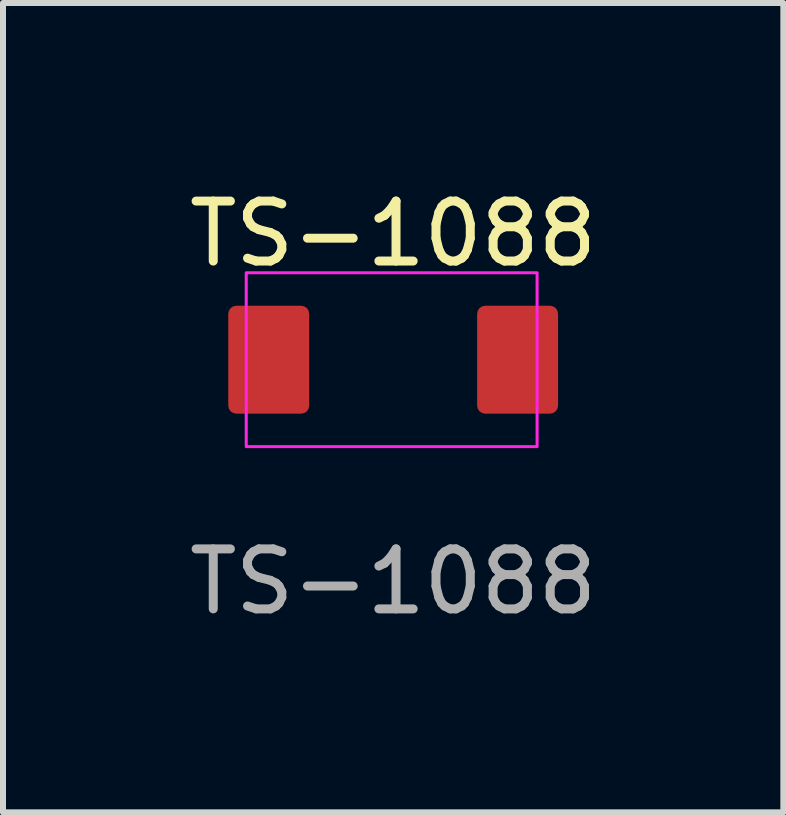
<source format=kicad_pcb>
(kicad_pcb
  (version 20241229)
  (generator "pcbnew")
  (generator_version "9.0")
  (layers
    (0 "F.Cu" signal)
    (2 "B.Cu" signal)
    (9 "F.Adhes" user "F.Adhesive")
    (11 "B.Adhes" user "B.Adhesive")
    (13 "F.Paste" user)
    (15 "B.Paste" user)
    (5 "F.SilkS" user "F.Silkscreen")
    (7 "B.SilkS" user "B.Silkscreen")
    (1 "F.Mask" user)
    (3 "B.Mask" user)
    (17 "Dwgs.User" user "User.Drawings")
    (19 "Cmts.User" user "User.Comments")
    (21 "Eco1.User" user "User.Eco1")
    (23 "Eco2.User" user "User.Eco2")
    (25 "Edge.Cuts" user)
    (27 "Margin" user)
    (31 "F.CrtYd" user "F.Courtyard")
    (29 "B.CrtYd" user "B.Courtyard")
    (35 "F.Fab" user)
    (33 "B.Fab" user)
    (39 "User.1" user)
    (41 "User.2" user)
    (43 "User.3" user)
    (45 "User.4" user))
  (footprint "TS-1088"
    (layer "F.Cu")
    (at 3.506 2.948)
    (property "Reference" "TS-1088" (at 0 -2.1 0) (unlocked yes) (layer "F.SilkS") (effects (font (size 1 1) (thickness 0.15))))
    (attr smd)
    (fp_rect (start -2.45 -1.45) (end 2.4 1.45) (stroke (width 0.05) (type default)) (fill no) (layer "F.CrtYd"))
    (fp_text user "${REFERENCE}" (at 0 3.7 0) (unlocked yes) (layer "F.Fab") (effects (font (size 1 1) (thickness 0.15))))
    (pad "1" smd roundrect (at -2.075 0) (size 1.35 1.8) (layers "F.Cu" "F.Mask" "F.Paste") (roundrect_rratio 0.1))
    (pad "2" smd roundrect (at 2.075 0) (size 1.35 1.8) (layers "F.Cu" "F.Mask" "F.Paste") (roundrect_rratio 0.1)))
  (gr_rect
    (start -3 -3)
    (end 10.012 10.496)
    (stroke (width 0.1) (type default))
    (fill no)
    (layer "Edge.Cuts")))
</source>
